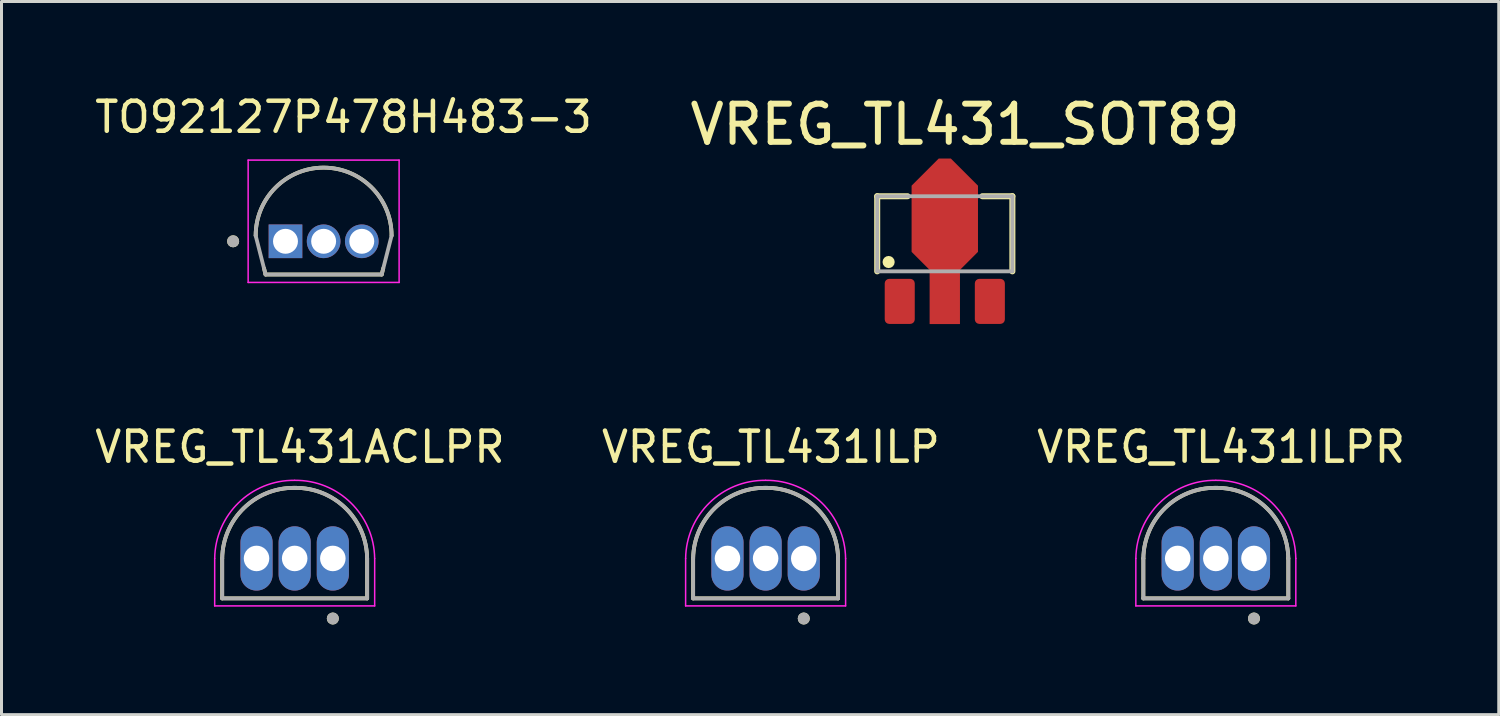
<source format=kicad_pcb>
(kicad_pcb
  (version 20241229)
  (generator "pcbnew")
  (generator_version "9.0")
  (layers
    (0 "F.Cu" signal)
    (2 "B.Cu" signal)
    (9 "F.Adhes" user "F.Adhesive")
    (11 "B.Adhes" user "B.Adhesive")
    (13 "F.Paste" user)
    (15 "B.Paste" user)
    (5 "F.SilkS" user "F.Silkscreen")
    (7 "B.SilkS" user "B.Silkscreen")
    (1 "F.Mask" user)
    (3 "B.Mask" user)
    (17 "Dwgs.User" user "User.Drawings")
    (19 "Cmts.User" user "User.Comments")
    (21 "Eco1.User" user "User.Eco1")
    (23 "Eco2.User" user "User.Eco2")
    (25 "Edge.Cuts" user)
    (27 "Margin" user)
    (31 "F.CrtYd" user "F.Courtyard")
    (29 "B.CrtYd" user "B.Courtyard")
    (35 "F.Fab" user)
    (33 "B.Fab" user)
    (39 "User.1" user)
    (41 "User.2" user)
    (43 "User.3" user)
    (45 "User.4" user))
  (footprint "VREG_TL431ACLPR"
    (layer "F.Cu")
    (at 6.76 15.541)
    (property "Reference" "VREG_TL431ACLPR" (at 0.175 -3.71 0) (layer "F.SilkS") (effects (font (size 1 1) (thickness 0.15))))
    (attr through_hole)
    (fp_line (start -2.413 0) (end -2.413 1.33) (stroke (width 0.127) (type solid)) (layer "F.SilkS"))
    (fp_line (start -2.413 1.33) (end 2.413 1.33) (stroke (width 0.127) (type solid)) (layer "F.SilkS"))
    (fp_line (start 2.413 0) (end 2.413 1.33) (stroke (width 0.127) (type solid)) (layer "F.SilkS"))
    (fp_arc (start -2.4125 0) (mid -1.692951 -1.674645) (end 0 -2.35) (stroke (width 0.127) (type solid)) (layer "F.SilkS"))
    (fp_arc (start 0 -2.35) (mid 1.692951 -1.674645) (end 2.4125 0) (stroke (width 0.127) (type solid)) (layer "F.SilkS"))
    (fp_circle (center 1.27 2) (end 1.37 2) (stroke (width 0.2) (type solid)) (fill no) (layer "F.SilkS"))
    (fp_line (start -2.663 1.58) (end -2.663 0) (stroke (width 0.05) (type solid)) (layer "F.CrtYd"))
    (fp_line (start -2.663 1.58) (end 2.663 1.58) (stroke (width 0.05) (type solid)) (layer "F.CrtYd"))
    (fp_line (start 2.663 1.58) (end 2.663 0) (stroke (width 0.05) (type solid)) (layer "F.CrtYd"))
    (fp_arc (start -2.6625 0) (mid -1.869728 -1.851422) (end 0 -2.6) (stroke (width 0.05) (type solid)) (layer "F.CrtYd"))
    (fp_arc (start 0 -2.6) (mid 1.869728 -1.851422) (end 2.6625 0) (stroke (width 0.05) (type solid)) (layer "F.CrtYd"))
    (fp_line (start -2.413 0) (end -2.413 1.33) (stroke (width 0.127) (type solid)) (layer "F.Fab"))
    (fp_line (start -2.413 1.33) (end 2.413 1.33) (stroke (width 0.127) (type solid)) (layer "F.Fab"))
    (fp_line (start 2.413 0) (end 2.413 1.33) (stroke (width 0.127) (type solid)) (layer "F.Fab"))
    (fp_arc (start -2.4125 0) (mid -1.692951 -1.674645) (end 0 -2.35) (stroke (width 0.127) (type solid)) (layer "F.Fab"))
    (fp_arc (start 0 -2.35) (mid 1.692951 -1.674645) (end 2.4125 0) (stroke (width 0.127) (type solid)) (layer "F.Fab"))
    (fp_circle (center 1.27 2) (end 1.37 2) (stroke (width 0.2) (type solid)) (fill no) (layer "F.Fab"))
    (pad "1" thru_hole oval (at 1.27 0) (size 1.07 2.14) (drill 0.85) (layers "*.Cu" "*.Mask"))
    (pad "2" thru_hole oval (at 0 0) (size 1.07 2.14) (drill 0.85) (layers "*.Cu" "*.Mask"))
    (pad "3" thru_hole oval (at -1.27 0) (size 1.07 2.14) (drill 0.85) (layers "*.Cu" "*.Mask")))
  (footprint "VREG_TL431_SOT89"
    (layer "F.Cu")
    (at 28.403 4.983)
    (property "Reference" "VREG_TL431_SOT89" (at 0.676 -3.889 0) (layer "F.SilkS") (effects (font (size 1.27 1.27) (thickness 0.2) (bold yes))))
    (attr smd)
    (fp_poly (pts (xy -0.6 2.85) (xy 0.6 2.85) (xy 0.6 0.95) (xy 1.2 0.35) (xy 1.2 -1.85) (xy 0.2 -2.85) (xy -0.2 -2.85) (xy -1.2 -1.85) (xy -1.2 0.35) (xy -0.6 0.95)) (stroke (width 0.01) (type solid)) (fill yes) (layer "F.Mask"))
    (fp_line (start -2.25 -1.5) (end -1.24 -1.5) (stroke (width 0.2) (type solid)) (layer "F.SilkS"))
    (fp_line (start -2.25 1) (end -2.25 -1.5) (stroke (width 0.2) (type solid)) (layer "F.SilkS"))
    (fp_line (start 1.25 -1.5) (end 2.25 -1.5) (stroke (width 0.2) (type solid)) (layer "F.SilkS"))
    (fp_line (start 2.25 -1.5) (end 2.25 1) (stroke (width 0.2) (type solid)) (layer "F.SilkS"))
    (fp_circle (center -1.87 0.69) (end -1.77 0.67) (stroke (width 0.2) (type default)) (fill no) (layer "F.SilkS"))
    (fp_poly (pts (xy -0.5 2.75) (xy 0.5 2.75) (xy 0.5 0.95) (xy 1.1 0.35) (xy 1.1 -1.85) (xy 0.2 -2.75) (xy -0.2 -2.75) (xy -1.1 -1.85) (xy -1.1 0.35) (xy -0.5 0.95)) (stroke (width 0.01) (type solid)) (fill yes) (layer "F.Paste"))
    (fp_rect (start -2.45 -2.95) (end 2.45 2.95) (stroke (width 0.1) (type solid)) (fill no) (layer "Margin"))
    (fp_line (start -2.25 -1.5) (end -2.25 1) (stroke (width 0.127) (type solid)) (layer "F.Fab"))
    (fp_line (start -2.25 1) (end 2.25 1) (stroke (width 0.127) (type solid)) (layer "F.Fab"))
    (fp_line (start 2.25 -1.5) (end -2.25 -1.5) (stroke (width 0.127) (type solid)) (layer "F.Fab"))
    (fp_line (start 2.25 1) (end 2.25 -1.5) (stroke (width 0.127) (type solid)) (layer "F.Fab"))
    (pad "1" smd roundrect (at -1.5 2) (size 1 1.5) (layers "F.Cu" "F.Mask" "F.Paste") (roundrect_rratio 0.15))
    (pad "2" smd custom (at 0 2) (size 1 1.5) (layers "F.Cu" "F.Mask" "F.Paste") (options (anchor rect)) (primitives (gr_poly (pts (xy -0.5 0.75) (xy 0.5 0.75) (xy 0.5 -1.05) (xy 1.1 -1.65) (xy 1.1 -3.85) (xy 0.2 -4.75) (xy -0.2 -4.75) (xy -1.1 -3.85) (xy -1.1 -1.65) (xy -0.5 -1.05)) (width 0.01) (fill yes))))
    (pad "3" smd roundrect (at 1.5 2) (size 1 1.5) (layers "F.Cu" "F.Mask" "F.Paste") (roundrect_rratio 0.15)))
  (footprint "TO92127P478H483-3"
    (layer "F.Cu")
    (at 7.724 4.983)
    (property "Reference" "TO92127P478H483-3" (at 0.662 -4.135 0) (layer "F.SilkS") (effects (font (size 1 1) (thickness 0.15))))
    (attr through_hole)
    (fp_line (start -1.933 1.105) (end -1.984 0.9) (stroke (width 0.127) (type solid)) (layer "F.SilkS"))
    (fp_line (start 1.933 1.105) (end -1.933 1.105) (stroke (width 0.127) (type solid)) (layer "F.SilkS"))
    (fp_line (start 1.933 1.105) (end 1.984 0.9) (stroke (width 0.127) (type solid)) (layer "F.SilkS"))
    (fp_arc (start -2.2625 -0.19) (mid 0 -2.4525) (end 2.2625 -0.19) (stroke (width 0.127) (type solid)) (layer "F.SilkS"))
    (fp_circle (center -3.013 0) (end -2.913 0) (stroke (width 0.2) (type solid)) (fill no) (layer "F.SilkS"))
    (fp_line (start -2.513 -2.703) (end -2.513 1.37) (stroke (width 0.05) (type solid)) (layer "F.CrtYd"))
    (fp_line (start -2.513 1.37) (end 2.513 1.37) (stroke (width 0.05) (type solid)) (layer "F.CrtYd"))
    (fp_line (start 2.513 -2.703) (end -2.513 -2.703) (stroke (width 0.05) (type solid)) (layer "F.CrtYd"))
    (fp_line (start 2.513 1.37) (end 2.513 -2.703) (stroke (width 0.05) (type solid)) (layer "F.CrtYd"))
    (fp_line (start -1.933 1.105) (end -2.263 -0.19) (stroke (width 0.127) (type solid)) (layer "F.Fab"))
    (fp_line (start 1.933 1.105) (end -1.933 1.105) (stroke (width 0.127) (type solid)) (layer "F.Fab"))
    (fp_line (start 1.933 1.105) (end 2.263 -0.19) (stroke (width 0.127) (type solid)) (layer "F.Fab"))
    (fp_arc (start -2.2625 -0.19) (mid 0 -2.4525) (end 2.2625 -0.19) (stroke (width 0.127) (type solid)) (layer "F.Fab"))
    (fp_circle (center -3.013 0) (end -2.913 0) (stroke (width 0.2) (type solid)) (fill no) (layer "F.Fab"))
    (pad "1" thru_hole rect (at -1.27 0) (size 1.12 1.12) (drill 0.83) (layers "*.Cu" "*.Mask"))
    (pad "2" thru_hole circle (at 0 0) (size 1.12 1.12) (drill 0.83) (layers "*.Cu" "*.Mask"))
    (pad "3" thru_hole circle (at 1.27 0) (size 1.12 1.12) (drill 0.83) (layers "*.Cu" "*.Mask")))
  (footprint "VREG_TL431ILPR"
    (layer "F.Cu")
    (at 37.426 15.541)
    (property "Reference" "VREG_TL431ILPR" (at 0.175 -3.71 0) (layer "F.SilkS") (effects (font (size 1 1) (thickness 0.15))))
    (attr through_hole)
    (fp_line (start -2.413 0) (end -2.413 1.33) (stroke (width 0.127) (type solid)) (layer "F.SilkS"))
    (fp_line (start -2.413 1.33) (end 2.413 1.33) (stroke (width 0.127) (type solid)) (layer "F.SilkS"))
    (fp_line (start 2.413 0) (end 2.413 1.33) (stroke (width 0.127) (type solid)) (layer "F.SilkS"))
    (fp_arc (start -2.4125 0) (mid -1.692951 -1.674645) (end 0 -2.35) (stroke (width 0.127) (type solid)) (layer "F.SilkS"))
    (fp_arc (start 0 -2.35) (mid 1.692951 -1.674645) (end 2.4125 0) (stroke (width 0.127) (type solid)) (layer "F.SilkS"))
    (fp_circle (center 1.27 2) (end 1.37 2) (stroke (width 0.2) (type solid)) (fill no) (layer "F.SilkS"))
    (fp_line (start -2.663 1.58) (end -2.663 0) (stroke (width 0.05) (type solid)) (layer "F.CrtYd"))
    (fp_line (start -2.663 1.58) (end 2.663 1.58) (stroke (width 0.05) (type solid)) (layer "F.CrtYd"))
    (fp_line (start 2.663 1.58) (end 2.663 0) (stroke (width 0.05) (type solid)) (layer "F.CrtYd"))
    (fp_arc (start -2.6625 0) (mid -1.869728 -1.851422) (end 0 -2.6) (stroke (width 0.05) (type solid)) (layer "F.CrtYd"))
    (fp_arc (start 0 -2.6) (mid 1.869728 -1.851422) (end 2.6625 0) (stroke (width 0.05) (type solid)) (layer "F.CrtYd"))
    (fp_line (start -2.413 0) (end -2.413 1.33) (stroke (width 0.127) (type solid)) (layer "F.Fab"))
    (fp_line (start -2.413 1.33) (end 2.413 1.33) (stroke (width 0.127) (type solid)) (layer "F.Fab"))
    (fp_line (start 2.413 0) (end 2.413 1.33) (stroke (width 0.127) (type solid)) (layer "F.Fab"))
    (fp_arc (start -2.4125 0) (mid -1.692951 -1.674645) (end 0 -2.35) (stroke (width 0.127) (type solid)) (layer "F.Fab"))
    (fp_arc (start 0 -2.35) (mid 1.692951 -1.674645) (end 2.4125 0) (stroke (width 0.127) (type solid)) (layer "F.Fab"))
    (fp_circle (center 1.27 2) (end 1.37 2) (stroke (width 0.2) (type solid)) (fill no) (layer "F.Fab"))
    (pad "1" thru_hole oval (at 1.27 0) (size 1.07 2.14) (drill 0.85) (layers "*.Cu" "*.Mask"))
    (pad "2" thru_hole oval (at 0 0) (size 1.07 2.14) (drill 0.85) (layers "*.Cu" "*.Mask"))
    (pad "3" thru_hole oval (at -1.27 0) (size 1.07 2.14) (drill 0.85) (layers "*.Cu" "*.Mask")))
  (footprint "VREG_TL431ILP"
    (layer "F.Cu")
    (at 22.438 15.541)
    (property "Reference" "VREG_TL431ILP" (at 0.175 -3.71 0) (layer "F.SilkS") (effects (font (size 1 1) (thickness 0.15))))
    (attr through_hole)
    (fp_line (start -2.413 0) (end -2.413 1.33) (stroke (width 0.127) (type solid)) (layer "F.SilkS"))
    (fp_line (start -2.413 1.33) (end 2.413 1.33) (stroke (width 0.127) (type solid)) (layer "F.SilkS"))
    (fp_line (start 2.413 0) (end 2.413 1.33) (stroke (width 0.127) (type solid)) (layer "F.SilkS"))
    (fp_arc (start -2.4125 0) (mid -1.692951 -1.674645) (end 0 -2.35) (stroke (width 0.127) (type solid)) (layer "F.SilkS"))
    (fp_arc (start 0 -2.35) (mid 1.692951 -1.674645) (end 2.4125 0) (stroke (width 0.127) (type solid)) (layer "F.SilkS"))
    (fp_circle (center 1.27 2) (end 1.37 2) (stroke (width 0.2) (type solid)) (fill no) (layer "F.SilkS"))
    (fp_line (start -2.663 1.58) (end -2.663 0) (stroke (width 0.05) (type solid)) (layer "F.CrtYd"))
    (fp_line (start -2.663 1.58) (end 2.663 1.58) (stroke (width 0.05) (type solid)) (layer "F.CrtYd"))
    (fp_line (start 2.663 1.58) (end 2.663 0) (stroke (width 0.05) (type solid)) (layer "F.CrtYd"))
    (fp_arc (start -2.6625 0) (mid -1.869728 -1.851422) (end 0 -2.6) (stroke (width 0.05) (type solid)) (layer "F.CrtYd"))
    (fp_arc (start 0 -2.6) (mid 1.869728 -1.851422) (end 2.6625 0) (stroke (width 0.05) (type solid)) (layer "F.CrtYd"))
    (fp_line (start -2.413 0) (end -2.413 1.33) (stroke (width 0.127) (type solid)) (layer "F.Fab"))
    (fp_line (start -2.413 1.33) (end 2.413 1.33) (stroke (width 0.127) (type solid)) (layer "F.Fab"))
    (fp_line (start 2.413 0) (end 2.413 1.33) (stroke (width 0.127) (type solid)) (layer "F.Fab"))
    (fp_arc (start -2.4125 0) (mid -1.692951 -1.674645) (end 0 -2.35) (stroke (width 0.127) (type solid)) (layer "F.Fab"))
    (fp_arc (start 0 -2.35) (mid 1.692951 -1.674645) (end 2.4125 0) (stroke (width 0.127) (type solid)) (layer "F.Fab"))
    (fp_circle (center 1.27 2) (end 1.37 2) (stroke (width 0.2) (type solid)) (fill no) (layer "F.Fab"))
    (pad "1" thru_hole oval (at 1.27 0) (size 1.07 2.14) (drill 0.85) (layers "*.Cu" "*.Mask"))
    (pad "2" thru_hole oval (at 0 0) (size 1.07 2.14) (drill 0.85) (layers "*.Cu" "*.Mask"))
    (pad "3" thru_hole oval (at -1.27 0) (size 1.07 2.14) (drill 0.85) (layers "*.Cu" "*.Mask")))
  (gr_rect
    (start -3 -3)
    (end 46.845 20.741)
    (stroke (width 0.1) (type default))
    (fill no)
    (layer "Edge.Cuts")))
</source>
